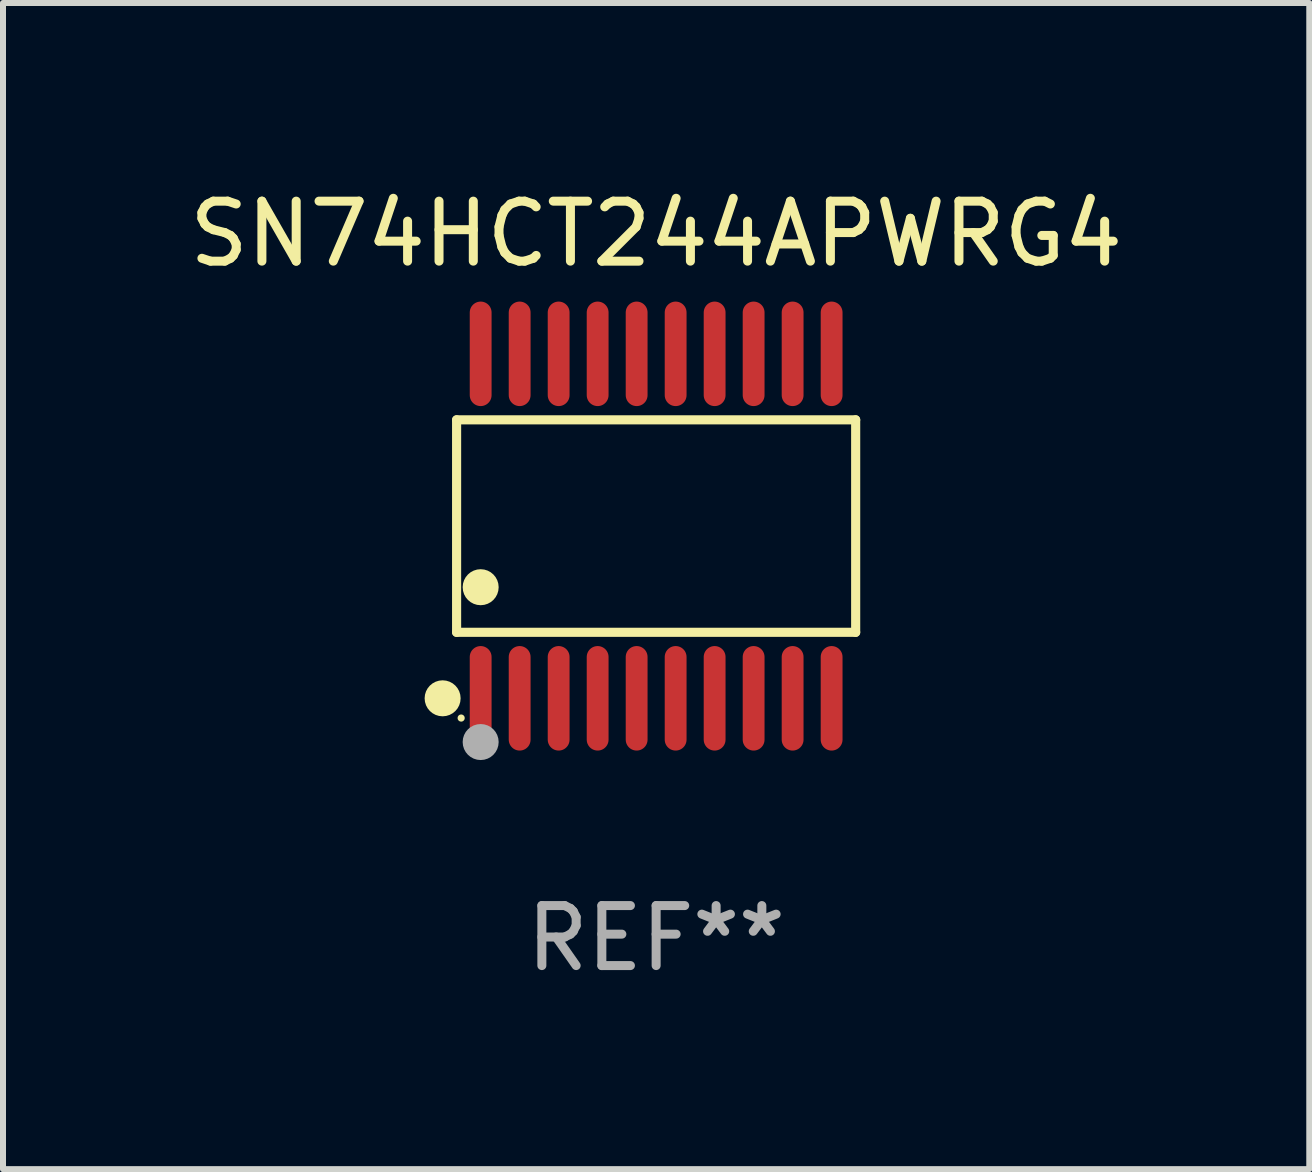
<source format=kicad_pcb>
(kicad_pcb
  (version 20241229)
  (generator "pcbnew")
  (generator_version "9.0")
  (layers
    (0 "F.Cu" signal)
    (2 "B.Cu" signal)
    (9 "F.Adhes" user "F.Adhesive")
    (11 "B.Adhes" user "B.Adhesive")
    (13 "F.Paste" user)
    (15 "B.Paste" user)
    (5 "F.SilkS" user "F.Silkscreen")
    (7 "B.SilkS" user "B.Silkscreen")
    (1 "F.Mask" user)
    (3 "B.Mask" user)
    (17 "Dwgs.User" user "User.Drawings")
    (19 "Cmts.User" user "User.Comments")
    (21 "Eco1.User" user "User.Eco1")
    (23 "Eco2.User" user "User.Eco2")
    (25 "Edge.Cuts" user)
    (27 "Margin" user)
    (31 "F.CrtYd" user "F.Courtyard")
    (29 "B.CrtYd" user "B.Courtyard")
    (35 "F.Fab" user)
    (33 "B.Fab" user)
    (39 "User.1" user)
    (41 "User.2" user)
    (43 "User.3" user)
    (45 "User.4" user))
  (footprint "SN74HCT244APWRG4"
    (layer "F.Cu")
    (at 7.887 5.719)
    (property "Reference" "SN74HCT244APWRG4" (at 0 -4.871 0) (layer "F.SilkS") (effects (font (size 1 1) (thickness 0.15))))
    (attr through_hole)
    (fp_line (start -3.326 -1.771) (end 3.326 -1.771) (stroke (width 0.152) (type solid)) (layer "F.SilkS"))
    (fp_line (start -3.326 1.771) (end -3.326 -1.771) (stroke (width 0.152) (type solid)) (layer "F.SilkS"))
    (fp_line (start 3.326 -1.771) (end 3.326 1.771) (stroke (width 0.152) (type solid)) (layer "F.SilkS"))
    (fp_line (start 3.326 1.771) (end -3.326 1.771) (stroke (width 0.152) (type solid)) (layer "F.SilkS"))
    (fp_circle (center -3.559 2.871) (end -3.409 2.871) (stroke (width 0.3) (type solid)) (fill no) (layer "F.SilkS"))
    (fp_circle (center -3.25 3.2) (end -3.22 3.2) (stroke (width 0.06) (type solid)) (fill no) (layer "F.SilkS"))
    (fp_circle (center -2.925 1.019) (end -2.775 1.019) (stroke (width 0.3) (type solid)) (fill no) (layer "F.SilkS"))
    (fp_circle (center -2.925 3.6) (end -2.775 3.6) (stroke (width 0.3) (type solid)) (fill no) (layer "F.Fab"))
    (fp_text user "REF**" (at 0 6.871 0) (layer "F.Fab") (effects (font (size 1 1) (thickness 0.15))))
    (pad "1" smd oval (at -2.925 2.871) (size 0.364 1.742) (layers "F.Cu" "F.Mask" "F.Paste"))
    (pad "2" smd oval (at -2.275 2.871) (size 0.364 1.742) (layers "F.Cu" "F.Mask" "F.Paste"))
    (pad "3" smd oval (at -1.625 2.871) (size 0.364 1.742) (layers "F.Cu" "F.Mask" "F.Paste"))
    (pad "4" smd oval (at -0.975 2.871) (size 0.364 1.742) (layers "F.Cu" "F.Mask" "F.Paste"))
    (pad "5" smd oval (at -0.325 2.871) (size 0.364 1.742) (layers "F.Cu" "F.Mask" "F.Paste"))
    (pad "6" smd oval (at 0.325 2.871) (size 0.364 1.742) (layers "F.Cu" "F.Mask" "F.Paste"))
    (pad "7" smd oval (at 0.975 2.871) (size 0.364 1.742) (layers "F.Cu" "F.Mask" "F.Paste"))
    (pad "8" smd oval (at 1.625 2.871) (size 0.364 1.742) (layers "F.Cu" "F.Mask" "F.Paste"))
    (pad "9" smd oval (at 2.275 2.871) (size 0.364 1.742) (layers "F.Cu" "F.Mask" "F.Paste"))
    (pad "10" smd oval (at 2.925 2.871) (size 0.364 1.742) (layers "F.Cu" "F.Mask" "F.Paste"))
    (pad "11" smd oval (at 2.925 -2.871) (size 0.364 1.742) (layers "F.Cu" "F.Mask" "F.Paste"))
    (pad "12" smd oval (at 2.275 -2.871) (size 0.364 1.742) (layers "F.Cu" "F.Mask" "F.Paste"))
    (pad "13" smd oval (at 1.625 -2.871) (size 0.364 1.742) (layers "F.Cu" "F.Mask" "F.Paste"))
    (pad "14" smd oval (at 0.975 -2.871) (size 0.364 1.742) (layers "F.Cu" "F.Mask" "F.Paste"))
    (pad "15" smd oval (at 0.325 -2.871) (size 0.364 1.742) (layers "F.Cu" "F.Mask" "F.Paste"))
    (pad "16" smd oval (at -0.325 -2.871) (size 0.364 1.742) (layers "F.Cu" "F.Mask" "F.Paste"))
    (pad "17" smd oval (at -0.975 -2.871) (size 0.364 1.742) (layers "F.Cu" "F.Mask" "F.Paste"))
    (pad "18" smd oval (at -1.625 -2.871) (size 0.364 1.742) (layers "F.Cu" "F.Mask" "F.Paste"))
    (pad "19" smd oval (at -2.275 -2.871) (size 0.364 1.742) (layers "F.Cu" "F.Mask" "F.Paste"))
    (pad "20" smd oval (at -2.925 -2.871) (size 0.364 1.742) (layers "F.Cu" "F.Mask" "F.Paste")))
  (gr_rect
    (start -3 -3)
    (end 18.774 16.438)
    (stroke (width 0.1) (type default))
    (fill no)
    (layer "Edge.Cuts")))
</source>
